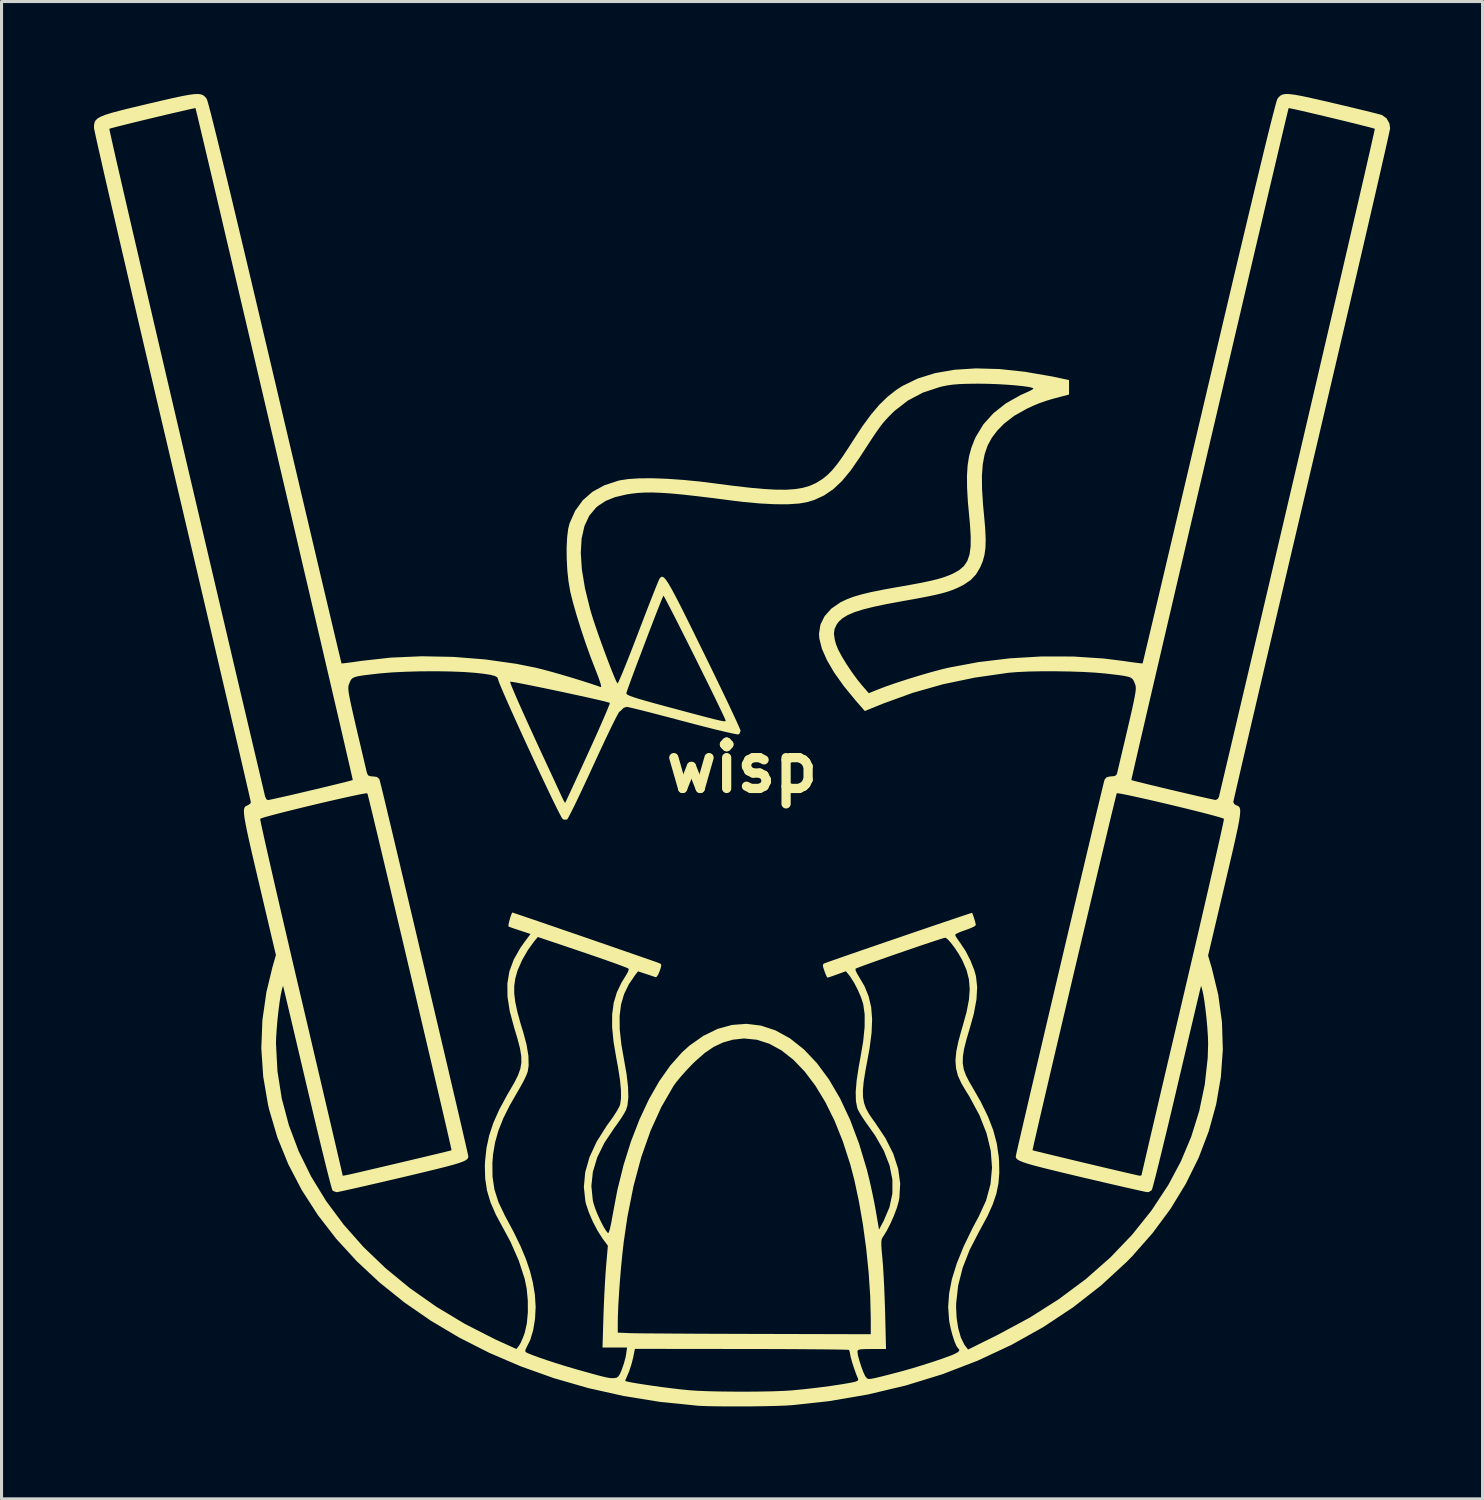
<source format=kicad_pcb>
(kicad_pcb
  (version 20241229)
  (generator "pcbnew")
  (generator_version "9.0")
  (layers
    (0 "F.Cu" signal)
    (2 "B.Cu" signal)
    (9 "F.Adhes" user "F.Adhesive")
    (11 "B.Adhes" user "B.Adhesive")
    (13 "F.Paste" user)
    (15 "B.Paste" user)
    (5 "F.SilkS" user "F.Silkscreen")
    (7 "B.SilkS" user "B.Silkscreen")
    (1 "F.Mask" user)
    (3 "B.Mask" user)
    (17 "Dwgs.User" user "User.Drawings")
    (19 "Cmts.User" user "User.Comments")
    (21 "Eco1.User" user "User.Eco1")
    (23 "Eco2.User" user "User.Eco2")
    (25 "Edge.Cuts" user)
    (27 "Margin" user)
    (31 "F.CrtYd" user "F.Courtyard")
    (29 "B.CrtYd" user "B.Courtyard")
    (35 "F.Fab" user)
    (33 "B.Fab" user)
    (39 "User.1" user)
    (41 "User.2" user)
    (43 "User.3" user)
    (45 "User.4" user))
  (footprint "wisp"
    (layer "F.Cu")
    (at 21.031 21.858)
    (property "Reference" "wisp" (at 0 0 0) (layer "F.SilkS") (effects (font (size 1.5 1.5) (thickness 0.3))))
    (attr board_only exclude_from_pos_files exclude_from_bom)
    (fp_poly (pts (xy 17.782 -21.853) (xy 17.959 -21.83) (xy 18.192 -21.786) (xy 18.489 -21.722) (xy 18.863 -21.637) (xy 19.199 -21.559) (xy 19.564 -21.473) (xy 19.902 -21.392) (xy 20.202 -21.319) (xy 20.451 -21.258) (xy 20.636 -21.211) (xy 20.746 -21.181) (xy 20.766 -21.175) (xy 20.913 -21.071) (xy 21.006 -20.906) (xy 21.031 -20.751) (xy 21.02 -20.69) (xy 20.988 -20.54) (xy 20.936 -20.304) (xy 20.865 -19.988) (xy 20.775 -19.595) (xy 20.669 -19.129) (xy 20.546 -18.595) (xy 20.408 -17.998) (xy 20.256 -17.34) (xy 20.09 -16.626) (xy 19.912 -15.861) (xy 19.723 -15.048) (xy 19.523 -14.193) (xy 19.314 -13.298) (xy 19.096 -12.369) (xy 18.871 -11.409) (xy 18.64 -10.423) (xy 18.486 -9.769) (xy 18.251 -8.769) (xy 18.022 -7.793) (xy 17.799 -6.846) (xy 17.585 -5.932) (xy 17.379 -5.054) (xy 17.183 -4.218) (xy 16.997 -3.426) (xy 16.824 -2.684) (xy 16.663 -1.995) (xy 16.515 -1.363) (xy 16.382 -0.793) (xy 16.265 -0.29) (xy 16.164 0.145) (xy 16.081 0.504) (xy 16.016 0.786) (xy 15.971 0.985) (xy 15.946 1.098) (xy 15.941 1.123) (xy 15.981 1.193) (xy 16.037 1.224) (xy 16.085 1.242) (xy 16.122 1.266) (xy 16.149 1.305) (xy 16.164 1.366) (xy 16.166 1.456) (xy 16.153 1.584) (xy 16.126 1.757) (xy 16.082 1.983) (xy 16.02 2.269) (xy 15.941 2.623) (xy 15.841 3.052) (xy 15.721 3.565) (xy 15.674 3.764) (xy 15.123 6.104) (xy 15.241 6.497) (xy 15.454 7.376) (xy 15.574 8.264) (xy 15.602 9.155) (xy 15.538 10.046) (xy 15.385 10.931) (xy 15.144 11.806) (xy 14.816 12.666) (xy 14.402 13.505) (xy 13.905 14.32) (xy 13.324 15.106) (xy 12.663 15.857) (xy 12.485 16.039) (xy 11.648 16.81) (xy 10.741 17.518) (xy 9.769 18.162) (xy 8.736 18.739) (xy 7.646 19.248) (xy 6.505 19.687) (xy 5.316 20.053) (xy 4.084 20.346) (xy 2.813 20.563) (xy 1.614 20.693) (xy 1.391 20.706) (xy 1.095 20.717) (xy 0.744 20.725) (xy 0.36 20.731) (xy -0.038 20.733) (xy -0.429 20.733) (xy -0.794 20.73) (xy -1.111 20.724) (xy -1.361 20.715) (xy -1.44 20.71) (xy -2.657 20.587) (xy -3.843 20.395) (xy -4.994 20.137) (xy -5.808 19.902) (xy -3.793 19.902) (xy -3.748 19.921) (xy -3.623 19.948) (xy -3.432 19.982) (xy -3.193 20.02) (xy -2.918 20.061) (xy -2.625 20.102) (xy -2.327 20.14) (xy -2.04 20.174) (xy -1.78 20.201) (xy -1.681 20.21) (xy -1.413 20.227) (xy -1.071 20.24) (xy -0.676 20.249) (xy -0.25 20.253) (xy 0.188 20.254) (xy 0.614 20.25) (xy 1.008 20.242) (xy 1.348 20.229) (xy 1.609 20.213) (xy 2.012 20.174) (xy 2.444 20.125) (xy 2.87 20.069) (xy 3.259 20.01) (xy 3.52 19.965) (xy 3.676 19.931) (xy 3.754 19.898) (xy 3.771 19.857) (xy 3.764 19.836) (xy 3.701 19.68) (xy 3.635 19.494) (xy 3.574 19.306) (xy 3.529 19.145) (xy 3.507 19.039) (xy 3.506 19.029) (xy 3.488 18.934) (xy 3.464 18.898) (xy 3.41 18.894) (xy 3.268 18.89) (xy 3.045 18.886) (xy 2.75 18.882) (xy 2.389 18.879) (xy 1.971 18.876) (xy 1.503 18.873) (xy 0.993 18.871) (xy 0.448 18.869) (xy -0.027 18.869) (xy -3.477 18.865) (xy -3.535 19.152) (xy -3.587 19.357) (xy -3.654 19.565) (xy -3.693 19.665) (xy -3.75 19.795) (xy -3.786 19.882) (xy -3.793 19.902) (xy -5.808 19.902) (xy -6.107 19.816) (xy -7.178 19.434) (xy -8.203 18.994) (xy -9.178 18.499) (xy -10.099 17.952) (xy -10.963 17.355) (xy -11.766 16.71) (xy -12.503 16.021) (xy -13.172 15.291) (xy -13.767 14.521) (xy -14.286 13.715) (xy -14.725 12.875) (xy -15.079 12.004) (xy -15.345 11.105) (xy -15.383 10.942) (xy -15.54 10.024) (xy -15.601 9.11) (xy -15.595 8.961) (xy -15.125 8.961) (xy -15.077 9.858) (xy -14.937 10.741) (xy -14.707 11.606) (xy -14.389 12.451) (xy -13.985 13.271) (xy -13.499 14.065) (xy -12.933 14.827) (xy -12.29 15.555) (xy -11.571 16.245) (xy -10.781 16.894) (xy -9.92 17.499) (xy -8.993 18.056) (xy -8.001 18.562) (xy -7.781 18.662) (xy -7.322 18.869) (xy -7.238 18.761) (xy -7.18 18.66) (xy -7.111 18.503) (xy -7.052 18.342) (xy -6.984 18.039) (xy -6.951 17.679) (xy -6.953 17.292) (xy -6.99 16.909) (xy -7.053 16.597) (xy -7.246 16.002) (xy -7.511 15.397) (xy -7.744 14.964) (xy -7.986 14.518) (xy -8.162 14.113) (xy -8.277 13.727) (xy -8.336 13.34) (xy -8.347 12.929) (xy -8.342 12.821) (xy -8.102 12.821) (xy -8.098 13.277) (xy -8.035 13.695) (xy -7.905 14.104) (xy -7.701 14.532) (xy -7.682 14.567) (xy -7.407 15.082) (xy -7.187 15.536) (xy -7.015 15.948) (xy -6.885 16.331) (xy -6.791 16.703) (xy -6.727 17.079) (xy -6.722 17.119) (xy -6.698 17.504) (xy -6.718 17.891) (xy -6.778 18.257) (xy -6.874 18.577) (xy -6.992 18.814) (xy -7.034 18.908) (xy -7.027 18.966) (xy -6.955 19.005) (xy -6.806 19.065) (xy -6.597 19.142) (xy -6.341 19.23) (xy -6.056 19.323) (xy -5.756 19.417) (xy -5.456 19.506) (xy -5.354 19.536) (xy -5.017 19.63) (xy -4.758 19.702) (xy -4.566 19.753) (xy -4.425 19.786) (xy -4.323 19.806) (xy -4.246 19.815) (xy -4.18 19.816) (xy -4.153 19.814) (xy -4.069 19.8) (xy -4.008 19.753) (xy -3.951 19.654) (xy -3.9 19.531) (xy -3.834 19.339) (xy -3.781 19.142) (xy -3.762 19.039) (xy -3.732 18.822) (xy -4.13 18.822) (xy -4.528 18.822) (xy -4.505 18.015) (xy -4.033 18.015) (xy -4.033 18.338) (xy -3.661 18.354) (xy -3.554 18.357) (xy -3.359 18.36) (xy -3.085 18.363) (xy -2.739 18.365) (xy -2.33 18.368) (xy -1.867 18.371) (xy -1.358 18.374) (xy -0.811 18.376) (xy -0.234 18.378) (xy 0.365 18.38) (xy 0.444 18.38) (xy 4.177 18.39) (xy 4.177 17.874) (xy 4.159 17.153) (xy 4.108 16.389) (xy 4.028 15.606) (xy 3.922 14.828) (xy 3.792 14.079) (xy 3.643 13.381) (xy 3.508 12.867) (xy 3.27 12.131) (xy 3.001 11.46) (xy 2.702 10.856) (xy 2.378 10.323) (xy 2.032 9.864) (xy 1.665 9.482) (xy 1.282 9.181) (xy 0.886 8.964) (xy 0.479 8.833) (xy 0.064 8.792) (xy -0.299 8.832) (xy -0.621 8.924) (xy -0.921 9.065) (xy -1.217 9.267) (xy -1.528 9.542) (xy -1.611 9.623) (xy -1.798 9.818) (xy -1.977 10.019) (xy -2.128 10.201) (xy -2.223 10.331) (xy -2.621 11.02) (xy -2.971 11.791) (xy -3.271 12.644) (xy -3.521 13.577) (xy -3.722 14.589) (xy -3.839 15.39) (xy -3.883 15.775) (xy -3.925 16.198) (xy -3.962 16.638) (xy -3.993 17.069) (xy -4.016 17.469) (xy -4.03 17.814) (xy -4.033 18.015) (xy -4.505 18.015) (xy -4.5 17.85) (xy -4.487 17.494) (xy -4.47 17.115) (xy -4.45 16.745) (xy -4.43 16.414) (xy -4.413 16.197) (xy -4.355 15.517) (xy -4.532 15.277) (xy -4.689 15.031) (xy -4.842 14.738) (xy -4.973 14.435) (xy -5.065 14.159) (xy -5.084 14.078) (xy -5.134 13.613) (xy -5.09 13.136) (xy -4.952 12.647) (xy -4.72 12.145) (xy -4.394 11.628) (xy -4.308 11.51) (xy -4.174 11.322) (xy -4.061 11.144) (xy -3.982 11.002) (xy -3.956 10.934) (xy -3.928 10.728) (xy -3.93 10.464) (xy -3.962 10.132) (xy -4.026 9.724) (xy -4.078 9.444) (xy -4.171 8.897) (xy -4.217 8.422) (xy -4.215 8.006) (xy -4.165 7.635) (xy -4.063 7.295) (xy -3.91 6.975) (xy -3.791 6.784) (xy -3.716 6.657) (xy -3.679 6.562) (xy -3.682 6.528) (xy -3.743 6.498) (xy -3.891 6.44) (xy -4.119 6.356) (xy -4.422 6.248) (xy -4.797 6.118) (xy -5.236 5.968) (xy -5.735 5.799) (xy -5.895 5.745) (xy -6.628 5.499) (xy -6.747 5.642) (xy -6.949 5.921) (xy -7.133 6.24) (xy -7.273 6.554) (xy -7.294 6.613) (xy -7.359 6.847) (xy -7.393 7.082) (xy -7.393 7.333) (xy -7.359 7.615) (xy -7.288 7.944) (xy -7.18 8.335) (xy -7.099 8.595) (xy -6.992 8.997) (xy -6.933 9.361) (xy -6.925 9.672) (xy -6.956 9.87) (xy -7.005 9.998) (xy -7.091 10.177) (xy -7.2 10.376) (xy -7.255 10.471) (xy -7.533 10.952) (xy -7.748 11.383) (xy -7.907 11.783) (xy -8.015 12.166) (xy -8.08 12.552) (xy -8.102 12.821) (xy -8.342 12.821) (xy -8.34 12.775) (xy -8.294 12.348) (xy -8.206 11.939) (xy -8.07 11.528) (xy -7.877 11.096) (xy -7.622 10.623) (xy -7.539 10.482) (xy -7.382 10.211) (xy -7.268 9.981) (xy -7.195 9.775) (xy -7.161 9.574) (xy -7.166 9.357) (xy -7.208 9.107) (xy -7.286 8.805) (xy -7.398 8.433) (xy -7.539 7.907) (xy -7.612 7.437) (xy -7.616 7.01) (xy -7.55 6.613) (xy -7.41 6.233) (xy -7.197 5.856) (xy -7.057 5.658) (xy -6.865 5.402) (xy -7.213 5.287) (xy -7.382 5.231) (xy -7.511 5.185) (xy -7.578 5.159) (xy -7.581 5.156) (xy -7.581 5.105) (xy -7.559 4.999) (xy -7.524 4.875) (xy -7.487 4.766) (xy -7.457 4.708) (xy -7.452 4.705) (xy -7.404 4.721) (xy -7.276 4.764) (xy -7.078 4.831) (xy -6.82 4.919) (xy -6.512 5.024) (xy -6.165 5.143) (xy -5.789 5.273) (xy -5.395 5.408) (xy -4.992 5.547) (xy -4.592 5.685) (xy -4.204 5.819) (xy -3.838 5.946) (xy -3.506 6.061) (xy -3.216 6.162) (xy -2.98 6.244) (xy -2.808 6.304) (xy -2.711 6.339) (xy -2.703 6.342) (xy -2.641 6.371) (xy -2.621 6.413) (xy -2.638 6.497) (xy -2.673 6.603) (xy -2.726 6.727) (xy -2.779 6.798) (xy -2.802 6.804) (xy -2.876 6.779) (xy -3.007 6.735) (xy -3.116 6.699) (xy -3.375 6.614) (xy -3.465 6.728) (xy -3.674 7.034) (xy -3.828 7.351) (xy -3.928 7.693) (xy -3.974 8.07) (xy -3.97 8.497) (xy -3.917 8.985) (xy -3.836 9.448) (xy -3.748 9.946) (xy -3.7 10.362) (xy -3.69 10.698) (xy -3.718 10.961) (xy -3.762 11.107) (xy -3.825 11.225) (xy -3.93 11.392) (xy -4.06 11.579) (xy -4.136 11.683) (xy -4.466 12.175) (xy -4.701 12.654) (xy -4.842 13.123) (xy -4.89 13.582) (xy -4.845 14.034) (xy -4.822 14.134) (xy -4.77 14.298) (xy -4.695 14.489) (xy -4.605 14.686) (xy -4.513 14.868) (xy -4.428 15.012) (xy -4.362 15.097) (xy -4.344 15.109) (xy -4.319 15.071) (xy -4.285 14.956) (xy -4.246 14.781) (xy -4.208 14.564) (xy -4.207 14.561) (xy -4.047 13.713) (xy -3.846 12.902) (xy -3.606 12.136) (xy -3.33 11.423) (xy -3.024 10.769) (xy -2.689 10.182) (xy -2.329 9.671) (xy -1.948 9.242) (xy -1.705 9.023) (xy -1.255 8.706) (xy -0.794 8.482) (xy -0.326 8.353) (xy 0.145 8.317) (xy 0.615 8.375) (xy 1.08 8.528) (xy 1.535 8.776) (xy 1.559 8.792) (xy 2.009 9.148) (xy 2.43 9.593) (xy 2.822 10.124) (xy 3.181 10.738) (xy 3.507 11.433) (xy 3.797 12.205) (xy 4.051 13.051) (xy 4.059 13.084) (xy 4.136 13.396) (xy 4.216 13.753) (xy 4.289 14.107) (xy 4.334 14.351) (xy 4.445 14.994) (xy 4.598 14.707) (xy 4.784 14.269) (xy 4.878 13.826) (xy 4.879 13.374) (xy 4.787 12.912) (xy 4.601 12.437) (xy 4.322 11.947) (xy 4.116 11.654) (xy 3.979 11.461) (xy 3.859 11.278) (xy 3.773 11.127) (xy 3.74 11.053) (xy 3.695 10.826) (xy 3.688 10.526) (xy 3.719 10.151) (xy 3.789 9.694) (xy 3.835 9.448) (xy 3.93 8.892) (xy 3.978 8.414) (xy 3.979 8.011) (xy 3.933 7.682) (xy 3.866 7.472) (xy 3.762 7.228) (xy 3.638 6.987) (xy 3.514 6.791) (xy 3.483 6.75) (xy 3.369 6.61) (xy 3.084 6.714) (xy 2.932 6.768) (xy 2.819 6.806) (xy 2.772 6.818) (xy 2.743 6.777) (xy 2.698 6.672) (xy 2.672 6.6) (xy 2.649 6.529) (xy 3.682 6.529) (xy 3.685 6.585) (xy 3.734 6.691) (xy 3.789 6.781) (xy 3.975 7.098) (xy 4.108 7.426) (xy 4.19 7.778) (xy 4.221 8.167) (xy 4.203 8.608) (xy 4.138 9.112) (xy 4.077 9.448) (xy 4 9.86) (xy 3.947 10.194) (xy 3.922 10.466) (xy 3.925 10.692) (xy 3.959 10.887) (xy 4.024 11.067) (xy 4.123 11.247) (xy 4.258 11.443) (xy 4.306 11.507) (xy 4.653 12.027) (xy 4.907 12.532) (xy 5.066 13.023) (xy 5.132 13.501) (xy 5.105 13.967) (xy 5.084 14.078) (xy 5.024 14.289) (xy 4.929 14.542) (xy 4.813 14.804) (xy 4.693 15.037) (xy 4.605 15.18) (xy 4.562 15.244) (xy 4.534 15.305) (xy 4.52 15.384) (xy 4.519 15.497) (xy 4.53 15.665) (xy 4.552 15.907) (xy 4.557 15.959) (xy 4.576 16.199) (xy 4.595 16.51) (xy 4.613 16.867) (xy 4.628 17.246) (xy 4.641 17.62) (xy 4.644 17.73) (xy 4.672 18.87) (xy 4.208 18.87) (xy 3.994 18.872) (xy 3.858 18.879) (xy 3.783 18.894) (xy 3.751 18.923) (xy 3.745 18.961) (xy 3.762 19.076) (xy 3.807 19.246) (xy 3.867 19.436) (xy 3.932 19.612) (xy 3.991 19.74) (xy 4.006 19.764) (xy 4.05 19.818) (xy 4.101 19.842) (xy 4.186 19.838) (xy 4.331 19.808) (xy 4.38 19.797) (xy 4.556 19.754) (xy 4.789 19.695) (xy 5.045 19.628) (xy 5.21 19.584) (xy 5.521 19.496) (xy 5.858 19.393) (xy 6.196 19.285) (xy 6.508 19.179) (xy 6.767 19.084) (xy 6.878 19.04) (xy 7.015 18.966) (xy 7.056 18.9) (xy 7.013 18.848) (xy 6.96 18.776) (xy 6.898 18.633) (xy 6.834 18.441) (xy 6.776 18.225) (xy 6.73 18.006) (xy 6.718 17.925) (xy 6.689 17.504) (xy 6.72 17.063) (xy 6.812 16.594) (xy 6.969 16.089) (xy 7.191 15.541) (xy 7.482 14.941) (xy 7.682 14.567) (xy 7.919 14.051) (xy 8.062 13.524) (xy 8.112 12.984) (xy 8.07 12.432) (xy 7.933 11.865) (xy 7.703 11.281) (xy 7.379 10.679) (xy 7.269 10.503) (xy 7.114 10.241) (xy 7.005 9.999) (xy 6.943 9.759) (xy 6.925 9.505) (xy 6.951 9.219) (xy 7.021 8.883) (xy 7.132 8.482) (xy 7.156 8.403) (xy 7.284 7.94) (xy 7.362 7.542) (xy 7.388 7.193) (xy 7.363 6.877) (xy 7.286 6.577) (xy 7.158 6.276) (xy 7.127 6.216) (xy 7.021 6.032) (xy 6.901 5.852) (xy 6.782 5.695) (xy 6.679 5.579) (xy 6.606 5.524) (xy 6.595 5.522) (xy 6.534 5.537) (xy 6.397 5.58) (xy 6.197 5.645) (xy 5.947 5.728) (xy 5.661 5.825) (xy 5.353 5.931) (xy 5.035 6.04) (xy 4.722 6.149) (xy 4.427 6.253) (xy 4.163 6.347) (xy 3.944 6.426) (xy 3.784 6.486) (xy 3.695 6.522) (xy 3.682 6.529) (xy 2.649 6.529) (xy 2.629 6.468) (xy 2.623 6.398) (xy 2.655 6.363) (xy 2.703 6.343) (xy 2.831 6.297) (xy 3.03 6.227) (xy 3.288 6.137) (xy 3.595 6.03) (xy 3.942 5.91) (xy 4.319 5.781) (xy 4.714 5.645) (xy 5.118 5.507) (xy 5.52 5.369) (xy 5.911 5.236) (xy 6.28 5.11) (xy 6.617 4.996) (xy 6.911 4.897) (xy 7.153 4.815) (xy 7.333 4.756) (xy 7.439 4.722) (xy 7.465 4.715) (xy 7.492 4.778) (xy 7.531 4.891) (xy 7.566 5.013) (xy 7.585 5.1) (xy 7.586 5.111) (xy 7.544 5.152) (xy 7.432 5.207) (xy 7.274 5.267) (xy 7.25 5.275) (xy 7.088 5.333) (xy 6.968 5.386) (xy 6.915 5.425) (xy 6.914 5.428) (xy 6.941 5.488) (xy 7.011 5.596) (xy 7.08 5.691) (xy 7.256 5.957) (xy 7.414 6.267) (xy 7.537 6.578) (xy 7.591 6.773) (xy 7.63 7.124) (xy 7.607 7.528) (xy 7.521 7.992) (xy 7.398 8.433) (xy 7.285 8.814) (xy 7.207 9.123) (xy 7.166 9.379) (xy 7.162 9.597) (xy 7.195 9.796) (xy 7.267 9.993) (xy 7.377 10.206) (xy 7.451 10.331) (xy 7.75 10.853) (xy 7.982 11.329) (xy 8.153 11.773) (xy 8.267 12.203) (xy 8.33 12.633) (xy 8.341 12.775) (xy 8.348 13.151) (xy 8.32 13.497) (xy 8.252 13.831) (xy 8.136 14.175) (xy 7.969 14.547) (xy 7.743 14.967) (xy 7.706 15.033) (xy 7.389 15.646) (xy 7.159 16.234) (xy 7.014 16.805) (xy 6.95 17.368) (xy 6.946 17.502) (xy 6.963 17.862) (xy 7.016 18.2) (xy 7.1 18.495) (xy 7.211 18.723) (xy 7.245 18.77) (xy 7.335 18.887) (xy 8.313 18.402) (xy 9.338 17.85) (xy 10.286 17.248) (xy 11.158 16.598) (xy 11.95 15.901) (xy 12.661 15.158) (xy 13.289 14.372) (xy 13.833 13.545) (xy 14.238 12.786) (xy 14.576 11.982) (xy 14.837 11.143) (xy 15.016 10.286) (xy 15.111 9.429) (xy 15.125 8.961) (xy 15.118 8.733) (xy 15.1 8.457) (xy 15.073 8.155) (xy 15.04 7.855) (xy 15.004 7.579) (xy 14.966 7.354) (xy 14.936 7.22) (xy 14.897 7.082) (xy 14.866 7.202) (xy 14.85 7.268) (xy 14.814 7.42) (xy 14.759 7.649) (xy 14.689 7.948) (xy 14.604 8.308) (xy 14.506 8.722) (xy 14.398 9.181) (xy 14.281 9.678) (xy 14.157 10.204) (xy 14.091 10.487) (xy 13.964 11.024) (xy 13.843 11.534) (xy 13.728 12.009) (xy 13.623 12.442) (xy 13.529 12.825) (xy 13.448 13.15) (xy 13.382 13.408) (xy 13.332 13.593) (xy 13.302 13.697) (xy 13.294 13.716) (xy 13.203 13.773) (xy 13.16 13.78) (xy 13.097 13.77) (xy 12.952 13.739) (xy 12.732 13.69) (xy 12.449 13.626) (xy 12.113 13.549) (xy 11.733 13.461) (xy 11.319 13.364) (xy 11.041 13.299) (xy 10.533 13.178) (xy 10.111 13.076) (xy 9.767 12.991) (xy 9.493 12.92) (xy 9.281 12.86) (xy 9.124 12.808) (xy 9.014 12.764) (xy 8.942 12.723) (xy 8.902 12.684) (xy 8.885 12.645) (xy 8.883 12.619) (xy 8.894 12.564) (xy 8.925 12.423) (xy 8.926 12.42) (xy 9.427 12.42) (xy 9.474 12.433) (xy 9.602 12.465) (xy 9.799 12.513) (xy 10.051 12.574) (xy 10.347 12.645) (xy 10.673 12.724) (xy 11.017 12.806) (xy 11.366 12.889) (xy 11.708 12.97) (xy 12.031 13.046) (xy 12.321 13.114) (xy 12.565 13.171) (xy 12.753 13.214) (xy 12.87 13.24) (xy 12.904 13.247) (xy 12.96 13.234) (xy 12.964 13.224) (xy 12.975 13.174) (xy 13.006 13.037) (xy 13.057 12.818) (xy 13.126 12.522) (xy 13.211 12.155) (xy 13.312 11.724) (xy 13.427 11.233) (xy 13.554 10.688) (xy 13.693 10.096) (xy 13.842 9.461) (xy 14 8.789) (xy 14.165 8.087) (xy 14.312 7.458) (xy 14.482 6.733) (xy 14.646 6.033) (xy 14.802 5.365) (xy 14.948 4.734) (xy 15.084 4.146) (xy 15.208 3.606) (xy 15.32 3.12) (xy 15.416 2.694) (xy 15.497 2.334) (xy 15.561 2.045) (xy 15.607 1.834) (xy 15.633 1.705) (xy 15.638 1.665) (xy 15.589 1.642) (xy 15.458 1.602) (xy 15.259 1.547) (xy 15.005 1.48) (xy 14.707 1.405) (xy 14.38 1.324) (xy 14.034 1.24) (xy 13.684 1.157) (xy 13.342 1.077) (xy 13.02 1.004) (xy 12.731 0.94) (xy 12.488 0.888) (xy 12.304 0.852) (xy 12.191 0.835) (xy 12.16 0.836) (xy 12.147 0.884) (xy 12.113 1.019) (xy 12.06 1.234) (xy 11.99 1.522) (xy 11.905 1.875) (xy 11.807 2.287) (xy 11.696 2.752) (xy 11.574 3.262) (xy 11.444 3.81) (xy 11.307 4.389) (xy 11.164 4.994) (xy 11.016 5.616) (xy 10.867 6.249) (xy 10.716 6.886) (xy 10.567 7.521) (xy 10.42 8.146) (xy 10.277 8.754) (xy 10.139 9.339) (xy 10.009 9.893) (xy 9.888 10.411) (xy 9.778 10.884) (xy 9.679 11.307) (xy 9.595 11.672) (xy 9.526 11.972) (xy 9.473 12.201) (xy 9.44 12.352) (xy 9.427 12.417) (xy 9.427 12.42) (xy 8.926 12.42) (xy 8.975 12.202) (xy 9.043 11.908) (xy 9.127 11.547) (xy 9.225 11.127) (xy 9.335 10.653) (xy 9.457 10.133) (xy 9.588 9.574) (xy 9.727 8.982) (xy 9.872 8.363) (xy 10.022 7.726) (xy 10.175 7.076) (xy 10.33 6.42) (xy 10.484 5.765) (xy 10.637 5.118) (xy 10.787 4.484) (xy 10.931 3.873) (xy 11.07 3.288) (xy 11.2 2.739) (xy 11.321 2.231) (xy 11.43 1.771) (xy 11.527 1.365) (xy 11.61 1.022) (xy 11.676 0.746) (xy 11.725 0.546) (xy 11.755 0.427) (xy 11.761 0.406) (xy 12.633 0.406) (xy 12.684 0.422) (xy 12.813 0.456) (xy 13.008 0.504) (xy 13.253 0.564) (xy 13.535 0.632) (xy 13.838 0.705) (xy 14.149 0.778) (xy 14.453 0.849) (xy 14.737 0.915) (xy 14.985 0.971) (xy 15.183 1.015) (xy 15.318 1.044) (xy 15.372 1.053) (xy 15.443 1.015) (xy 15.476 0.948) (xy 15.691 0.038) (xy 15.913 -0.901) (xy 16.139 -1.862) (xy 16.37 -2.841) (xy 16.604 -3.835) (xy 16.84 -4.839) (xy 17.077 -5.849) (xy 17.314 -6.86) (xy 17.55 -7.868) (xy 17.784 -8.869) (xy 18.016 -9.857) (xy 18.243 -10.83) (xy 18.466 -11.783) (xy 18.683 -12.711) (xy 18.892 -13.61) (xy 19.094 -14.476) (xy 19.287 -15.304) (xy 19.47 -16.09) (xy 19.642 -16.83) (xy 19.801 -17.519) (xy 19.948 -18.153) (xy 20.081 -18.728) (xy 20.199 -19.239) (xy 20.3 -19.682) (xy 20.385 -20.053) (xy 20.451 -20.348) (xy 20.499 -20.561) (xy 20.526 -20.689) (xy 20.533 -20.728) (xy 20.482 -20.745) (xy 20.353 -20.78) (xy 20.159 -20.829) (xy 19.915 -20.891) (xy 19.634 -20.96) (xy 19.33 -21.034) (xy 19.017 -21.109) (xy 18.71 -21.182) (xy 18.422 -21.25) (xy 18.167 -21.309) (xy 17.96 -21.356) (xy 17.813 -21.387) (xy 17.742 -21.4) (xy 17.738 -21.4) (xy 17.725 -21.351) (xy 17.691 -21.213) (xy 17.638 -20.992) (xy 17.567 -20.693) (xy 17.479 -20.32) (xy 17.375 -19.879) (xy 17.256 -19.375) (xy 17.123 -18.812) (xy 16.978 -18.196) (xy 16.822 -17.531) (xy 16.655 -16.824) (xy 16.48 -16.078) (xy 16.297 -15.298) (xy 16.108 -14.49) (xy 15.913 -13.659) (xy 15.714 -12.81) (xy 15.512 -11.947) (xy 15.308 -11.076) (xy 15.103 -10.202) (xy 14.899 -9.329) (xy 14.696 -8.463) (xy 14.496 -7.609) (xy 14.301 -6.771) (xy 14.11 -5.956) (xy 13.926 -5.166) (xy 13.749 -4.409) (xy 13.581 -3.688) (xy 13.423 -3.009) (xy 13.275 -2.377) (xy 13.14 -1.796) (xy 13.019 -1.272) (xy 12.911 -0.81) (xy 12.82 -0.415) (xy 12.745 -0.091) (xy 12.689 0.156) (xy 12.651 0.321) (xy 12.634 0.4) (xy 12.633 0.406) (xy 11.761 0.406) (xy 11.764 0.396) (xy 11.824 0.318) (xy 11.935 0.289) (xy 11.978 0.288) (xy 12.099 0.275) (xy 12.157 0.224) (xy 12.172 0.18) (xy 12.307 -0.393) (xy 12.422 -0.88) (xy 12.518 -1.288) (xy 12.596 -1.625) (xy 12.659 -1.9) (xy 12.706 -2.118) (xy 12.74 -2.288) (xy 12.763 -2.418) (xy 12.775 -2.514) (xy 12.778 -2.585) (xy 12.774 -2.637) (xy 12.764 -2.679) (xy 12.75 -2.718) (xy 12.742 -2.738) (xy 12.71 -2.814) (xy 12.673 -2.871) (xy 12.618 -2.914) (xy 12.53 -2.947) (xy 12.395 -2.975) (xy 12.2 -3.003) (xy 11.929 -3.035) (xy 11.779 -3.052) (xy 11.449 -3.081) (xy 11.056 -3.103) (xy 10.623 -3.117) (xy 10.172 -3.124) (xy 9.726 -3.124) (xy 9.307 -3.116) (xy 8.939 -3.099) (xy 8.644 -3.075) (xy 8.643 -3.075) (xy 7.548 -2.917) (xy 6.518 -2.702) (xy 5.538 -2.424) (xy 4.593 -2.081) (xy 4.573 -2.073) (xy 3.984 -1.834) (xy 3.675 -2.188) (xy 3.298 -2.648) (xy 2.99 -3.082) (xy 2.754 -3.486) (xy 2.592 -3.853) (xy 2.509 -4.179) (xy 2.497 -4.337) (xy 2.543 -4.637) (xy 2.679 -4.913) (xy 2.897 -5.157) (xy 3.192 -5.361) (xy 3.203 -5.366) (xy 3.393 -5.457) (xy 3.61 -5.54) (xy 3.866 -5.616) (xy 4.176 -5.691) (xy 4.554 -5.768) (xy 5.012 -5.851) (xy 5.042 -5.856) (xy 5.476 -5.932) (xy 5.828 -5.998) (xy 6.114 -6.058) (xy 6.346 -6.115) (xy 6.539 -6.172) (xy 6.707 -6.234) (xy 6.851 -6.297) (xy 7.049 -6.408) (xy 7.201 -6.54) (xy 7.311 -6.705) (xy 7.382 -6.913) (xy 7.418 -7.177) (xy 7.42 -7.507) (xy 7.394 -7.914) (xy 7.377 -8.093) (xy 7.328 -8.628) (xy 7.302 -9.082) (xy 7.299 -9.47) (xy 7.32 -9.806) (xy 7.367 -10.103) (xy 7.441 -10.375) (xy 7.542 -10.637) (xy 7.586 -10.733) (xy 7.833 -11.139) (xy 8.163 -11.504) (xy 8.568 -11.823) (xy 9.042 -12.089) (xy 9.182 -12.151) (xy 9.326 -12.217) (xy 9.426 -12.27) (xy 9.458 -12.298) (xy 9.413 -12.325) (xy 9.288 -12.353) (xy 9.096 -12.379) (xy 8.854 -12.404) (xy 8.576 -12.425) (xy 8.277 -12.442) (xy 7.973 -12.453) (xy 7.679 -12.457) (xy 7.658 -12.457) (xy 7.323 -12.453) (xy 7.061 -12.444) (xy 6.848 -12.427) (xy 6.661 -12.401) (xy 6.477 -12.363) (xy 6.417 -12.348) (xy 5.874 -12.169) (xy 5.387 -11.913) (xy 4.959 -11.583) (xy 4.872 -11.5) (xy 4.762 -11.389) (xy 4.668 -11.289) (xy 4.58 -11.188) (xy 4.49 -11.072) (xy 4.388 -10.931) (xy 4.266 -10.751) (xy 4.114 -10.521) (xy 3.924 -10.228) (xy 3.817 -10.062) (xy 3.524 -9.638) (xy 3.242 -9.298) (xy 2.959 -9.032) (xy 2.664 -8.831) (xy 2.347 -8.685) (xy 2.133 -8.618) (xy 1.857 -8.568) (xy 1.498 -8.544) (xy 1.067 -8.545) (xy 0.575 -8.57) (xy 0.032 -8.62) (xy -0.336 -8.665) (xy -0.944 -8.744) (xy -1.466 -8.807) (xy -1.914 -8.857) (xy -2.298 -8.893) (xy -2.626 -8.915) (xy -2.91 -8.926) (xy -3.159 -8.924) (xy -3.383 -8.911) (xy -3.593 -8.887) (xy -3.751 -8.862) (xy -4.124 -8.774) (xy -4.426 -8.652) (xy -4.677 -8.487) (xy -4.741 -8.433) (xy -4.959 -8.171) (xy -5.114 -7.838) (xy -5.206 -7.435) (xy -5.234 -6.965) (xy -5.198 -6.427) (xy -5.099 -5.824) (xy -4.935 -5.156) (xy -4.894 -5.011) (xy -4.83 -4.806) (xy -4.747 -4.557) (xy -4.65 -4.276) (xy -4.544 -3.981) (xy -4.435 -3.685) (xy -4.329 -3.404) (xy -4.232 -3.153) (xy -4.148 -2.947) (xy -4.083 -2.8) (xy -4.044 -2.729) (xy -4.042 -2.727) (xy -4.018 -2.762) (xy -3.965 -2.878) (xy -3.885 -3.065) (xy -3.784 -3.313) (xy -3.664 -3.613) (xy -3.531 -3.955) (xy -3.387 -4.329) (xy -3.366 -4.383) (xy -3.22 -4.766) (xy -3.083 -5.122) (xy -2.959 -5.441) (xy -2.852 -5.711) (xy -2.767 -5.924) (xy -2.707 -6.069) (xy -2.676 -6.134) (xy -2.675 -6.136) (xy -2.641 -6.172) (xy -2.607 -6.191) (xy -2.569 -6.187) (xy -2.522 -6.153) (xy -2.464 -6.085) (xy -2.391 -5.975) (xy -2.3 -5.819) (xy -2.187 -5.611) (xy -2.048 -5.344) (xy -1.881 -5.012) (xy -1.681 -4.61) (xy -1.446 -4.132) (xy -1.247 -3.727) (xy -1.025 -3.274) (xy -0.817 -2.845) (xy -0.626 -2.448) (xy -0.455 -2.092) (xy -0.31 -1.783) (xy -0.193 -1.531) (xy -0.108 -1.343) (xy -0.059 -1.227) (xy -0.048 -1.193) (xy -0.081 -1.103) (xy -0.12 -1.074) (xy -0.181 -1.08) (xy -0.324 -1.108) (xy -0.539 -1.157) (xy -0.814 -1.223) (xy -1.138 -1.304) (xy -1.502 -1.397) (xy -1.894 -1.501) (xy -1.919 -1.507) (xy -2.314 -1.612) (xy -2.682 -1.708) (xy -3.012 -1.794) (xy -3.294 -1.865) (xy -3.517 -1.92) (xy -3.669 -1.955) (xy -3.74 -1.969) (xy -3.741 -1.969) (xy -3.839 -1.939) (xy -3.875 -1.904) (xy -3.947 -1.833) (xy -3.975 -1.819) (xy -4.008 -1.772) (xy -4.076 -1.648) (xy -4.174 -1.454) (xy -4.297 -1.202) (xy -4.442 -0.899) (xy -4.602 -0.557) (xy -4.775 -0.184) (xy -4.825 -0.075) (xy -5 0.306) (xy -5.165 0.659) (xy -5.315 0.976) (xy -5.445 1.246) (xy -5.552 1.46) (xy -5.63 1.609) (xy -5.674 1.682) (xy -5.68 1.687) (xy -5.772 1.693) (xy -5.823 1.667) (xy -5.861 1.611) (xy -5.932 1.477) (xy -6.033 1.276) (xy -6.16 1.017) (xy -6.306 0.712) (xy -6.468 0.371) (xy -6.641 0.003) (xy -6.82 -0.381) (xy -7 -0.771) (xy -7.177 -1.157) (xy -7.345 -1.528) (xy -7.501 -1.874) (xy -7.639 -2.185) (xy -7.755 -2.452) (xy -7.844 -2.662) (xy -7.893 -2.785) (xy -7.528 -2.785) (xy -7.513 -2.73) (xy -7.46 -2.593) (xy -7.37 -2.381) (xy -7.248 -2.1) (xy -7.094 -1.755) (xy -6.912 -1.353) (xy -6.704 -0.898) (xy -6.473 -0.397) (xy -6.411 -0.264) (xy -6.271 0.037) (xy -6.139 0.321) (xy -6.023 0.573) (xy -5.929 0.776) (xy -5.866 0.914) (xy -5.848 0.952) (xy -5.791 1.07) (xy -5.75 1.138) (xy -5.739 1.144) (xy -5.717 1.099) (xy -5.659 0.975) (xy -5.57 0.784) (xy -5.455 0.535) (xy -5.318 0.237) (xy -5.164 -0.098) (xy -4.998 -0.463) (xy -4.994 -0.471) (xy -4.828 -0.836) (xy -4.677 -1.173) (xy -4.545 -1.473) (xy -4.436 -1.725) (xy -4.354 -1.92) (xy -4.304 -2.047) (xy -4.29 -2.097) (xy -4.29 -2.098) (xy -4.344 -2.116) (xy -4.478 -2.151) (xy -4.678 -2.198) (xy -4.932 -2.256) (xy -5.225 -2.321) (xy -5.547 -2.391) (xy -5.663 -2.416) (xy -3.755 -2.416) (xy -3.748 -2.39) (xy -3.714 -2.361) (xy -3.643 -2.327) (xy -3.527 -2.285) (xy -3.358 -2.231) (xy -3.126 -2.164) (xy -2.823 -2.079) (xy -2.44 -1.975) (xy -2.209 -1.914) (xy -1.767 -1.795) (xy -1.41 -1.7) (xy -1.128 -1.626) (xy -0.913 -1.571) (xy -0.756 -1.534) (xy -0.648 -1.511) (xy -0.58 -1.501) (xy -0.545 -1.503) (xy -0.533 -1.514) (xy -0.535 -1.532) (xy -0.536 -1.535) (xy -0.57 -1.615) (xy -0.64 -1.766) (xy -0.741 -1.977) (xy -0.867 -2.238) (xy -1.014 -2.539) (xy -1.177 -2.87) (xy -1.35 -3.22) (xy -1.529 -3.58) (xy -1.708 -3.939) (xy -1.883 -4.287) (xy -2.047 -4.613) (xy -2.197 -4.909) (xy -2.327 -5.162) (xy -2.432 -5.364) (xy -2.507 -5.505) (xy -2.546 -5.573) (xy -2.551 -5.577) (xy -2.576 -5.526) (xy -2.629 -5.397) (xy -2.706 -5.203) (xy -2.802 -4.958) (xy -2.912 -4.673) (xy -3.032 -4.361) (xy -3.156 -4.035) (xy -3.28 -3.707) (xy -3.4 -3.391) (xy -3.51 -3.098) (xy -3.605 -2.842) (xy -3.68 -2.635) (xy -3.732 -2.489) (xy -3.754 -2.418) (xy -3.755 -2.416) (xy -5.663 -2.416) (xy -5.882 -2.463) (xy -6.218 -2.534) (xy -6.543 -2.601) (xy -6.842 -2.662) (xy -7.103 -2.714) (xy -7.312 -2.754) (xy -7.457 -2.779) (xy -7.524 -2.786) (xy -7.528 -2.785) (xy -7.893 -2.785) (xy -7.902 -2.807) (xy -7.922 -2.876) (xy -7.922 -2.877) (xy -7.946 -2.929) (xy -8.024 -2.972) (xy -8.167 -3.009) (xy -8.387 -3.043) (xy -8.643 -3.072) (xy -9.013 -3.1) (xy -9.451 -3.117) (xy -9.932 -3.125) (xy -10.429 -3.122) (xy -10.914 -3.109) (xy -11.363 -3.087) (xy -11.748 -3.055) (xy -11.779 -3.052) (xy -12.088 -3.016) (xy -12.315 -2.988) (xy -12.476 -2.96) (xy -12.583 -2.93) (xy -12.651 -2.892) (xy -12.695 -2.842) (xy -12.727 -2.775) (xy -12.742 -2.738) (xy -12.758 -2.698) (xy -12.77 -2.658) (xy -12.777 -2.612) (xy -12.777 -2.551) (xy -12.77 -2.468) (xy -12.752 -2.355) (xy -12.724 -2.206) (xy -12.683 -2.012) (xy -12.628 -1.765) (xy -12.558 -1.459) (xy -12.471 -1.086) (xy -12.365 -0.638) (xy -12.24 -0.107) (xy -12.172 0.18) (xy -12.133 0.256) (xy -12.046 0.285) (xy -11.978 0.288) (xy -11.848 0.306) (xy -11.777 0.369) (xy -11.764 0.396) (xy -11.749 0.453) (xy -11.713 0.596) (xy -11.659 0.818) (xy -11.587 1.114) (xy -11.501 1.476) (xy -11.4 1.898) (xy -11.287 2.373) (xy -11.163 2.894) (xy -11.031 3.454) (xy -10.89 4.047) (xy -10.744 4.665) (xy -10.593 5.303) (xy -10.44 5.954) (xy -10.285 6.61) (xy -10.131 7.265) (xy -9.979 7.912) (xy -9.83 8.544) (xy -9.686 9.156) (xy -9.549 9.739) (xy -9.421 10.288) (xy -9.302 10.795) (xy -9.195 11.254) (xy -9.101 11.658) (xy -9.022 12.001) (xy -8.959 12.275) (xy -8.914 12.474) (xy -8.888 12.591) (xy -8.883 12.62) (xy -8.889 12.662) (xy -8.913 12.702) (xy -8.963 12.741) (xy -9.047 12.783) (xy -9.172 12.829) (xy -9.346 12.883) (xy -9.578 12.946) (xy -9.874 13.021) (xy -10.243 13.111) (xy -10.693 13.219) (xy -11.04 13.301) (xy -11.47 13.401) (xy -11.873 13.495) (xy -12.238 13.579) (xy -12.557 13.652) (xy -12.818 13.71) (xy -13.012 13.752) (xy -13.129 13.776) (xy -13.159 13.78) (xy -13.26 13.746) (xy -13.294 13.716) (xy -13.313 13.66) (xy -13.353 13.517) (xy -13.41 13.297) (xy -13.484 13.007) (xy -13.571 12.654) (xy -13.671 12.247) (xy -13.78 11.794) (xy -13.898 11.301) (xy -14.022 10.778) (xy -14.091 10.487) (xy -14.217 9.949) (xy -14.338 9.436) (xy -14.451 8.956) (xy -14.555 8.517) (xy -14.646 8.128) (xy -14.725 7.797) (xy -14.788 7.53) (xy -14.834 7.337) (xy -14.86 7.226) (xy -14.866 7.202) (xy -14.897 7.082) (xy -14.936 7.22) (xy -14.972 7.384) (xy -15.009 7.619) (xy -15.045 7.9) (xy -15.078 8.202) (xy -15.103 8.501) (xy -15.12 8.772) (xy -15.125 8.961) (xy -15.595 8.961) (xy -15.566 8.198) (xy -15.435 7.286) (xy -15.243 6.489) (xy -15.127 6.087) (xy -15.676 3.756) (xy -15.803 3.214) (xy -15.91 2.757) (xy -15.996 2.379) (xy -16.063 2.071) (xy -16.113 1.826) (xy -16.141 1.665) (xy -15.638 1.665) (xy -15.63 1.718) (xy -15.602 1.859) (xy -15.553 2.082) (xy -15.487 2.381) (xy -15.404 2.75) (xy -15.305 3.185) (xy -15.192 3.679) (xy -15.066 4.226) (xy -14.928 4.82) (xy -14.78 5.457) (xy -14.624 6.13) (xy -14.459 6.834) (xy -14.312 7.459) (xy -14.142 8.183) (xy -13.978 8.882) (xy -13.822 9.549) (xy -13.674 10.178) (xy -13.537 10.765) (xy -13.411 11.302) (xy -13.298 11.786) (xy -13.199 12.209) (xy -13.116 12.566) (xy -13.049 12.852) (xy -13.001 13.06) (xy -12.972 13.186) (xy -12.964 13.224) (xy -12.966 13.234) (xy -12.964 13.241) (xy -12.952 13.244) (xy -12.919 13.241) (xy -12.858 13.23) (xy -12.759 13.21) (xy -12.614 13.177) (xy -12.414 13.131) (xy -12.151 13.069) (xy -11.816 12.991) (xy -11.399 12.893) (xy -11.183 12.842) (xy -10.789 12.749) (xy -10.425 12.663) (xy -10.103 12.586) (xy -9.832 12.521) (xy -9.622 12.47) (xy -9.484 12.436) (xy -9.428 12.421) (xy -9.428 12.421) (xy -9.437 12.373) (xy -9.466 12.239) (xy -9.515 12.025) (xy -9.58 11.739) (xy -9.662 11.386) (xy -9.758 10.974) (xy -9.866 10.511) (xy -9.985 10.001) (xy -10.113 9.454) (xy -10.249 8.874) (xy -10.391 8.27) (xy -10.537 7.648) (xy -10.686 7.015) (xy -10.837 6.378) (xy -10.986 5.743) (xy -11.134 5.118) (xy -11.278 4.51) (xy -11.417 3.924) (xy -11.549 3.369) (xy -11.672 2.851) (xy -11.785 2.377) (xy -11.886 1.954) (xy -11.974 1.588) (xy -12.047 1.287) (xy -12.103 1.057) (xy -12.141 0.905) (xy -12.159 0.838) (xy -12.16 0.836) (xy -12.214 0.838) (xy -12.348 0.861) (xy -12.549 0.902) (xy -12.806 0.957) (xy -13.105 1.024) (xy -13.434 1.099) (xy -13.78 1.18) (xy -14.13 1.264) (xy -14.471 1.347) (xy -14.792 1.427) (xy -15.079 1.5) (xy -15.319 1.564) (xy -15.501 1.615) (xy -15.611 1.651) (xy -15.638 1.665) (xy -16.141 1.665) (xy -16.146 1.636) (xy -16.163 1.494) (xy -16.166 1.392) (xy -16.155 1.322) (xy -16.132 1.277) (xy -16.098 1.249) (xy -16.054 1.23) (xy -16.037 1.224) (xy -15.959 1.171) (xy -15.941 1.124) (xy -15.952 1.072) (xy -15.984 0.93) (xy -16.036 0.703) (xy -16.107 0.395) (xy -16.196 0.01) (xy -16.302 -0.448) (xy -16.425 -0.974) (xy -16.563 -1.565) (xy -16.715 -2.216) (xy -16.88 -2.923) (xy -17.058 -3.683) (xy -17.247 -4.49) (xy -17.446 -5.34) (xy -17.655 -6.231) (xy -17.872 -7.156) (xy -18.097 -8.113) (xy -18.328 -9.097) (xy -18.486 -9.768) (xy -18.721 -10.769) (xy -18.951 -11.747) (xy -19.173 -12.697) (xy -19.388 -13.615) (xy -19.594 -14.497) (xy -19.79 -15.338) (xy -19.975 -16.135) (xy -20.149 -16.883) (xy -20.31 -17.578) (xy -20.458 -18.216) (xy -20.591 -18.793) (xy -20.708 -19.304) (xy -20.808 -19.746) (xy -20.892 -20.113) (xy -20.956 -20.402) (xy -21.001 -20.609) (xy -21.026 -20.728) (xy -20.533 -20.728) (xy -20.524 -20.68) (xy -20.495 -20.542) (xy -20.445 -20.319) (xy -20.377 -20.014) (xy -20.29 -19.633) (xy -20.185 -19.179) (xy -20.065 -18.656) (xy -19.929 -18.068) (xy -19.779 -17.419) (xy -19.615 -16.714) (xy -19.439 -15.956) (xy -19.252 -15.15) (xy -19.054 -14.299) (xy -18.846 -13.409) (xy -18.63 -12.482) (xy -18.406 -11.524) (xy -18.175 -10.537) (xy -17.939 -9.527) (xy -17.697 -8.497) (xy -17.452 -7.451) (xy -17.204 -6.394) (xy -16.954 -5.329) (xy -16.703 -4.262) (xy -16.453 -3.195) (xy -16.203 -2.133) (xy -15.954 -1.079) (xy -15.709 -0.04) (xy -15.476 0.948) (xy -15.432 1.033) (xy -15.387 1.056) (xy -15.325 1.046) (xy -15.183 1.015) (xy -14.972 0.968) (xy -14.705 0.908) (xy -14.394 0.836) (xy -14.052 0.755) (xy -13.988 0.74) (xy -13.644 0.658) (xy -13.332 0.583) (xy -13.063 0.517) (xy -12.849 0.464) (xy -12.703 0.426) (xy -12.636 0.406) (xy -12.633 0.405) (xy -12.643 0.358) (xy -12.673 0.223) (xy -12.723 0.004) (xy -12.792 -0.294) (xy -12.878 -0.665) (xy -12.979 -1.104) (xy -13.096 -1.607) (xy -13.227 -2.168) (xy -13.37 -2.783) (xy -13.525 -3.447) (xy -13.689 -4.153) (xy -13.863 -4.898) (xy -14.045 -5.677) (xy -14.234 -6.484) (xy -14.428 -7.315) (xy -14.626 -8.164) (xy -14.828 -9.026) (xy -15.032 -9.897) (xy -15.236 -10.771) (xy -15.441 -11.644) (xy -15.644 -12.51) (xy -15.844 -13.364) (xy -16.04 -14.202) (xy -16.232 -15.019) (xy -16.417 -15.809) (xy -16.595 -16.567) (xy -16.765 -17.288) (xy -16.924 -17.969) (xy -17.073 -18.602) (xy -17.21 -19.184) (xy -17.334 -19.709) (xy -17.444 -20.173) (xy -17.538 -20.57) (xy -17.615 -20.895) (xy -17.674 -21.144) (xy -17.715 -21.311) (xy -17.735 -21.392) (xy -17.737 -21.399) (xy -17.784 -21.392) (xy -17.91 -21.365) (xy -18.101 -21.322) (xy -18.343 -21.266) (xy -18.623 -21.201) (xy -18.926 -21.129) (xy -19.239 -21.054) (xy -19.547 -20.98) (xy -19.836 -20.909) (xy -20.093 -20.845) (xy -20.303 -20.792) (xy -20.452 -20.753) (xy -20.527 -20.731) (xy -20.533 -20.728) (xy -21.026 -20.728) (xy -21.026 -20.73) (xy -21.031 -20.76) (xy -21.028 -20.854) (xy -21.013 -20.934) (xy -20.978 -21.003) (xy -20.913 -21.065) (xy -20.81 -21.123) (xy -20.661 -21.183) (xy -20.455 -21.247) (xy -20.185 -21.319) (xy -19.841 -21.405) (xy -19.415 -21.506) (xy -19.278 -21.539) (xy -18.83 -21.644) (xy -18.466 -21.727) (xy -18.175 -21.789) (xy -17.948 -21.831) (xy -17.776 -21.854) (xy -17.647 -21.858) (xy -17.553 -21.844) (xy -17.483 -21.814) (xy -17.428 -21.767) (xy -17.377 -21.706) (xy -17.375 -21.702) (xy -17.351 -21.638) (xy -17.306 -21.481) (xy -17.24 -21.229) (xy -17.153 -20.885) (xy -17.044 -20.446) (xy -16.914 -19.914) (xy -16.762 -19.289) (xy -16.589 -18.57) (xy -16.395 -17.758) (xy -16.179 -16.852) (xy -15.942 -15.853) (xy -15.684 -14.761) (xy -15.404 -13.575) (xy -15.148 -12.487) (xy -14.933 -11.572) (xy -14.724 -10.682) (xy -14.521 -9.822) (xy -14.327 -8.996) (xy -14.141 -8.208) (xy -13.966 -7.464) (xy -13.802 -6.767) (xy -13.65 -6.123) (xy -13.511 -5.535) (xy -13.386 -5.008) (xy -13.277 -4.546) (xy -13.184 -4.155) (xy -13.109 -3.839) (xy -13.052 -3.601) (xy -13.015 -3.447) (xy -12.999 -3.381) (xy -12.998 -3.379) (xy -12.949 -3.381) (xy -12.822 -3.396) (xy -12.637 -3.42) (xy -12.411 -3.453) (xy -12.363 -3.46) (xy -11.403 -3.567) (xy -10.397 -3.611) (xy -9.367 -3.591) (xy -8.338 -3.509) (xy -7.333 -3.367) (xy -6.698 -3.24) (xy -6.479 -3.186) (xy -6.197 -3.11) (xy -5.876 -3.019) (xy -5.54 -2.92) (xy -5.213 -2.819) (xy -4.917 -2.725) (xy -4.678 -2.644) (xy -4.58 -2.608) (xy -4.572 -2.64) (xy -4.599 -2.747) (xy -4.656 -2.915) (xy -4.739 -3.133) (xy -4.757 -3.177) (xy -4.915 -3.586) (xy -5.075 -4.032) (xy -5.228 -4.49) (xy -5.367 -4.935) (xy -5.484 -5.344) (xy -5.571 -5.691) (xy -5.578 -5.727) (xy -5.633 -6.046) (xy -5.671 -6.402) (xy -5.69 -6.771) (xy -5.693 -7.133) (xy -5.677 -7.464) (xy -5.643 -7.742) (xy -5.599 -7.922) (xy -5.415 -8.333) (xy -5.168 -8.674) (xy -4.853 -8.949) (xy -4.469 -9.16) (xy -4.011 -9.31) (xy -3.961 -9.321) (xy -3.686 -9.363) (xy -3.33 -9.385) (xy -2.907 -9.388) (xy -2.427 -9.37) (xy -1.906 -9.334) (xy -1.355 -9.28) (xy -0.912 -9.224) (xy -0.289 -9.143) (xy 0.25 -9.081) (xy 0.712 -9.039) (xy 1.107 -9.017) (xy 1.444 -9.016) (xy 1.732 -9.037) (xy 1.98 -9.079) (xy 2.197 -9.143) (xy 2.391 -9.229) (xy 2.572 -9.339) (xy 2.64 -9.386) (xy 2.782 -9.503) (xy 2.924 -9.647) (xy 3.077 -9.833) (xy 3.249 -10.07) (xy 3.45 -10.373) (xy 3.602 -10.61) (xy 3.905 -11.073) (xy 4.186 -11.456) (xy 4.455 -11.773) (xy 4.723 -12.034) (xy 4.999 -12.251) (xy 5.202 -12.382) (xy 5.697 -12.623) (xy 6.261 -12.799) (xy 6.892 -12.909) (xy 7.589 -12.953) (xy 8.35 -12.932) (xy 9.175 -12.844) (xy 10.062 -12.691) (xy 10.263 -12.649) (xy 10.611 -12.573) (xy 10.611 -12.338) (xy 10.611 -12.104) (xy 10.407 -12.051) (xy 10.101 -11.97) (xy 9.86 -11.898) (xy 9.655 -11.827) (xy 9.456 -11.744) (xy 9.234 -11.641) (xy 8.827 -11.411) (xy 8.5 -11.157) (xy 8.281 -10.933) (xy 8.105 -10.701) (xy 7.969 -10.45) (xy 7.873 -10.169) (xy 7.812 -9.847) (xy 7.784 -9.472) (xy 7.788 -9.034) (xy 7.821 -8.52) (xy 7.855 -8.163) (xy 7.891 -7.748) (xy 7.906 -7.41) (xy 7.899 -7.133) (xy 7.867 -6.899) (xy 7.81 -6.691) (xy 7.729 -6.499) (xy 7.592 -6.268) (xy 7.421 -6.085) (xy 7.193 -5.931) (xy 6.998 -5.833) (xy 6.848 -5.77) (xy 6.687 -5.712) (xy 6.5 -5.658) (xy 6.274 -5.603) (xy 5.996 -5.545) (xy 5.65 -5.479) (xy 5.223 -5.403) (xy 5.21 -5.4) (xy 4.695 -5.306) (xy 4.268 -5.216) (xy 3.92 -5.128) (xy 3.641 -5.039) (xy 3.423 -4.945) (xy 3.258 -4.844) (xy 3.137 -4.733) (xy 3.07 -4.642) (xy 3.002 -4.495) (xy 2.982 -4.341) (xy 3.009 -4.15) (xy 3.05 -3.998) (xy 3.119 -3.828) (xy 3.237 -3.606) (xy 3.391 -3.353) (xy 3.566 -3.092) (xy 3.748 -2.844) (xy 3.899 -2.659) (xy 4.113 -2.413) (xy 4.397 -2.528) (xy 4.669 -2.632) (xy 5.008 -2.749) (xy 5.387 -2.872) (xy 5.781 -2.993) (xy 6.162 -3.103) (xy 6.504 -3.194) (xy 6.698 -3.24) (xy 7.673 -3.422) (xy 8.689 -3.544) (xy 9.721 -3.605) (xy 10.746 -3.603) (xy 11.739 -3.538) (xy 12.363 -3.46) (xy 12.595 -3.426) (xy 12.789 -3.4) (xy 12.929 -3.383) (xy 12.995 -3.378) (xy 12.998 -3.379) (xy 13.01 -3.426) (xy 13.043 -3.562) (xy 13.095 -3.783) (xy 13.167 -4.084) (xy 13.256 -4.46) (xy 13.362 -4.907) (xy 13.484 -5.421) (xy 13.62 -5.997) (xy 13.769 -6.63) (xy 13.931 -7.316) (xy 14.104 -8.051) (xy 14.288 -8.83) (xy 14.481 -9.649) (xy 14.681 -10.502) (xy 14.889 -11.387) (xy 15.103 -12.297) (xy 15.148 -12.487) (xy 15.446 -13.752) (xy 15.722 -14.923) (xy 15.977 -16.002) (xy 16.211 -16.987) (xy 16.424 -17.879) (xy 16.615 -18.678) (xy 16.785 -19.383) (xy 16.933 -19.995) (xy 17.06 -20.514) (xy 17.166 -20.939) (xy 17.251 -21.27) (xy 17.314 -21.508) (xy 17.356 -21.653) (xy 17.375 -21.702) (xy 17.426 -21.766) (xy 17.483 -21.813) (xy 17.554 -21.844) (xy 17.651 -21.858)) (stroke (width 0) (type solid)) (fill yes) (layer "F.SilkS")))
  (gr_rect
    (start -3 -3)
    (end 45.061 45.591)
    (stroke (width 0.1) (type default))
    (fill no)
    (layer "Edge.Cuts")))
</source>
